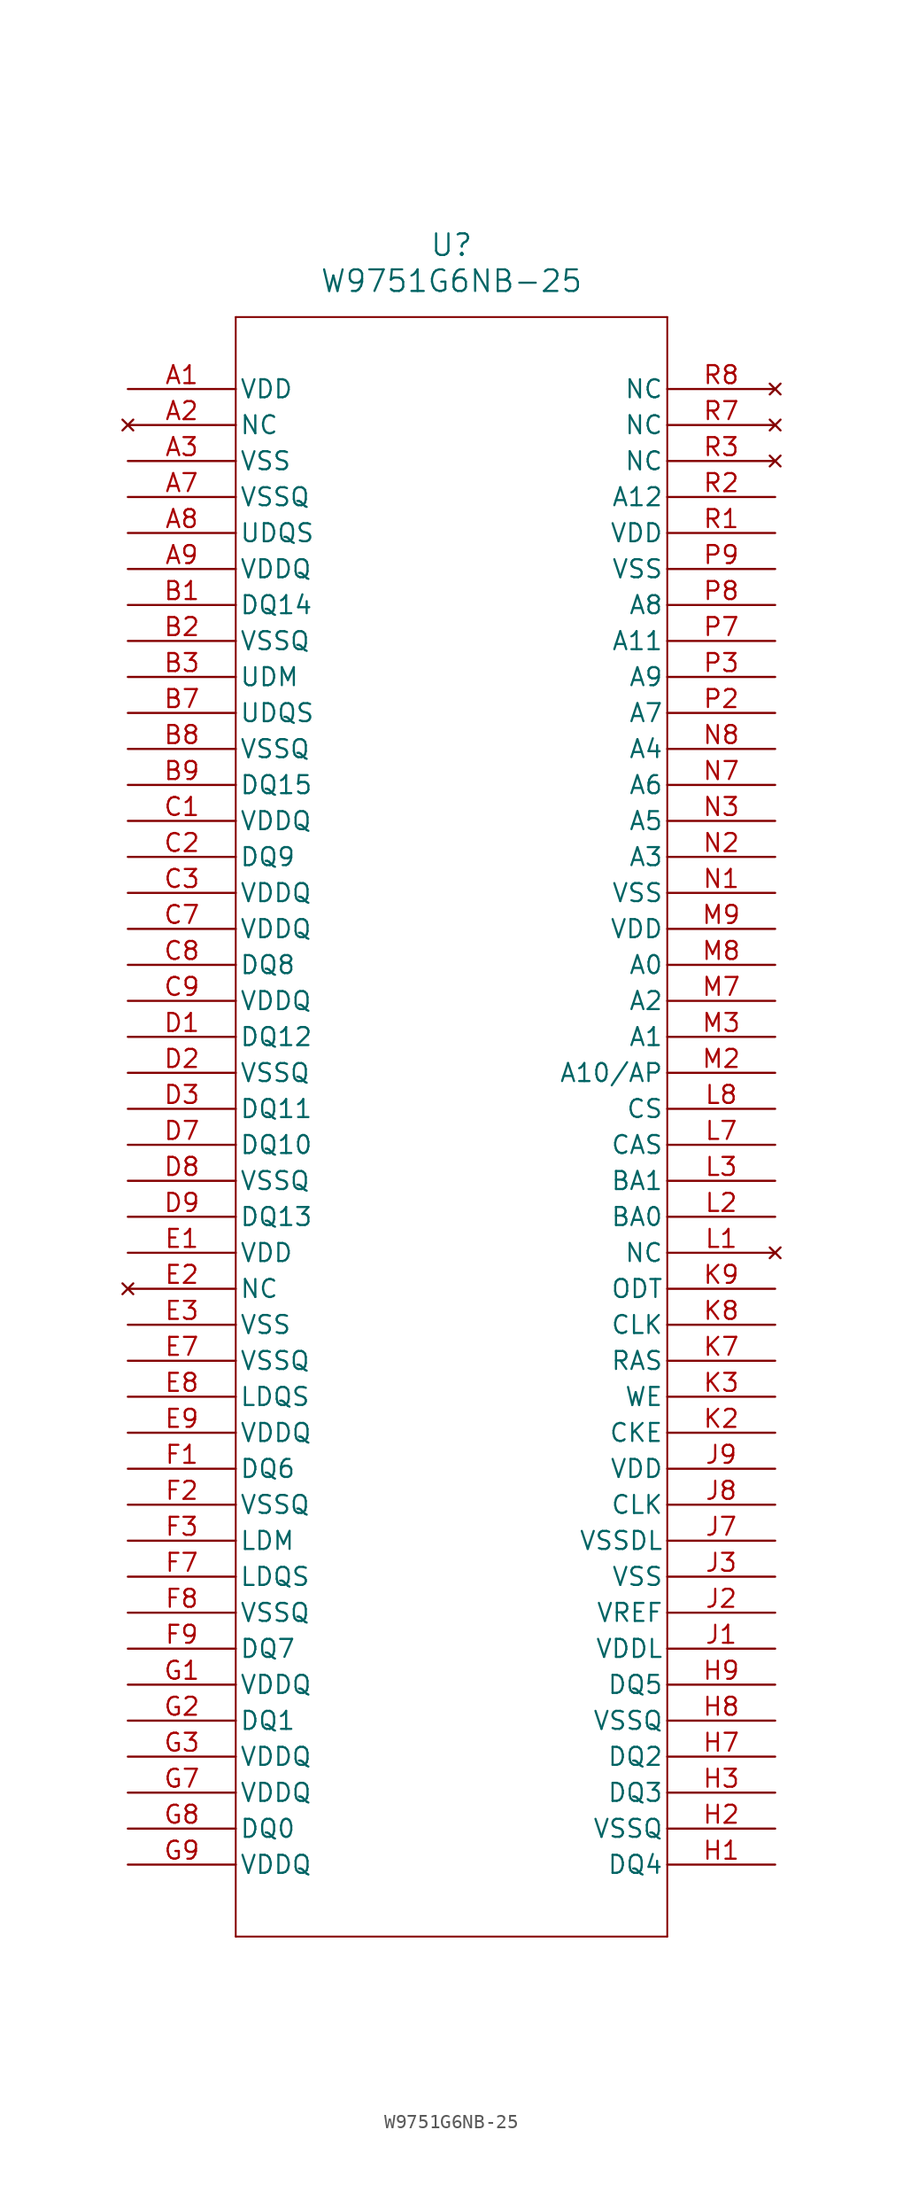
<source format=kicad_sym>
(kicad_symbol_lib
  (version 20211014)
  (generator kicad_symbol_editor)
  (symbol "W9751G6NB-25"
    (pin_names
      (offset 0.254))
    (property "Reference" "U"
      (at 22.86 10.16 0)
      (effects (font (size 1.524 1.524))))
    (property "Value" "W9751G6NB-25"
      (at 22.86 7.62 0)
      (effects (font (size 1.524 1.524))))
    (symbol "W9751G6NB-25_0_1"
      (polyline (pts (xy 7.62 5.08) (xy 7.62 -109.22)) (stroke (width 0.127) (type default) (color 0 0 0 0)) (fill (type none)))
      (polyline (pts (xy 7.62 -109.22) (xy 38.1 -109.22)) (stroke (width 0.127) (type default) (color 0 0 0 0)) (fill (type none)))
      (polyline (pts (xy 38.1 -109.22) (xy 38.1 5.08)) (stroke (width 0.127) (type default) (color 0 0 0 0)) (fill (type none)))
      (polyline (pts (xy 38.1 5.08) (xy 7.62 5.08)) (stroke (width 0.127) (type default) (color 0 0 0 0)) (fill (type none)))
      (pin power_in line (at 0 0 0) (length 7.62) (name "VDD" (effects (font (size 1.27 1.27)))) (number "A1" (effects (font (size 1.27 1.27)))))
      (pin no_connect line (at 0 -2.54 0) (length 7.62) (name "NC" (effects (font (size 1.27 1.27)))) (number "A2" (effects (font (size 1.27 1.27)))))
      (pin power_out line (at 0 -5.08 0) (length 7.62) (name "VSS" (effects (font (size 1.27 1.27)))) (number "A3" (effects (font (size 1.27 1.27)))))
      (pin power_out line (at 0 -7.62 0) (length 7.62) (name "VSSQ" (effects (font (size 1.27 1.27)))) (number "A7" (effects (font (size 1.27 1.27)))))
      (pin unspecified line (at 0 -10.16 0) (length 7.62) (name "UDQS" (effects (font (size 1.27 1.27)))) (number "A8" (effects (font (size 1.27 1.27)))))
      (pin power_in line (at 0 -12.7 0) (length 7.62) (name "VDDQ" (effects (font (size 1.27 1.27)))) (number "A9" (effects (font (size 1.27 1.27)))))
      (pin bidirectional line (at 0 -15.24 0) (length 7.62) (name "DQ14" (effects (font (size 1.27 1.27)))) (number "B1" (effects (font (size 1.27 1.27)))))
      (pin power_out line (at 0 -17.78 0) (length 7.62) (name "VSSQ" (effects (font (size 1.27 1.27)))) (number "B2" (effects (font (size 1.27 1.27)))))
      (pin unspecified line (at 0 -20.32 0) (length 7.62) (name "UDM" (effects (font (size 1.27 1.27)))) (number "B3" (effects (font (size 1.27 1.27)))))
      (pin unspecified line (at 0 -22.86 0) (length 7.62) (name "UDQS" (effects (font (size 1.27 1.27)))) (number "B7" (effects (font (size 1.27 1.27)))))
      (pin power_out line (at 0 -25.4 0) (length 7.62) (name "VSSQ" (effects (font (size 1.27 1.27)))) (number "B8" (effects (font (size 1.27 1.27)))))
      (pin bidirectional line (at 0 -27.94 0) (length 7.62) (name "DQ15" (effects (font (size 1.27 1.27)))) (number "B9" (effects (font (size 1.27 1.27)))))
      (pin power_in line (at 0 -30.48 0) (length 7.62) (name "VDDQ" (effects (font (size 1.27 1.27)))) (number "C1" (effects (font (size 1.27 1.27)))))
      (pin bidirectional line (at 0 -33.02 0) (length 7.62) (name "DQ9" (effects (font (size 1.27 1.27)))) (number "C2" (effects (font (size 1.27 1.27)))))
      (pin power_in line (at 0 -35.56 0) (length 7.62) (name "VDDQ" (effects (font (size 1.27 1.27)))) (number "C3" (effects (font (size 1.27 1.27)))))
      (pin power_in line (at 0 -38.1 0) (length 7.62) (name "VDDQ" (effects (font (size 1.27 1.27)))) (number "C7" (effects (font (size 1.27 1.27)))))
      (pin bidirectional line (at 0 -40.64 0) (length 7.62) (name "DQ8" (effects (font (size 1.27 1.27)))) (number "C8" (effects (font (size 1.27 1.27)))))
      (pin power_in line (at 0 -43.18 0) (length 7.62) (name "VDDQ" (effects (font (size 1.27 1.27)))) (number "C9" (effects (font (size 1.27 1.27)))))
      (pin bidirectional line (at 0 -45.72 0) (length 7.62) (name "DQ12" (effects (font (size 1.27 1.27)))) (number "D1" (effects (font (size 1.27 1.27)))))
      (pin power_out line (at 0 -48.26 0) (length 7.62) (name "VSSQ" (effects (font (size 1.27 1.27)))) (number "D2" (effects (font (size 1.27 1.27)))))
      (pin bidirectional line (at 0 -50.8 0) (length 7.62) (name "DQ11" (effects (font (size 1.27 1.27)))) (number "D3" (effects (font (size 1.27 1.27)))))
      (pin bidirectional line (at 0 -53.34 0) (length 7.62) (name "DQ10" (effects (font (size 1.27 1.27)))) (number "D7" (effects (font (size 1.27 1.27)))))
      (pin power_out line (at 0 -55.88 0) (length 7.62) (name "VSSQ" (effects (font (size 1.27 1.27)))) (number "D8" (effects (font (size 1.27 1.27)))))
      (pin bidirectional line (at 0 -58.42 0) (length 7.62) (name "DQ13" (effects (font (size 1.27 1.27)))) (number "D9" (effects (font (size 1.27 1.27)))))
      (pin power_in line (at 0 -60.96 0) (length 7.62) (name "VDD" (effects (font (size 1.27 1.27)))) (number "E1" (effects (font (size 1.27 1.27)))))
      (pin no_connect line (at 0 -63.5 0) (length 7.62) (name "NC" (effects (font (size 1.27 1.27)))) (number "E2" (effects (font (size 1.27 1.27)))))
      (pin power_out line (at 0 -66.04 0) (length 7.62) (name "VSS" (effects (font (size 1.27 1.27)))) (number "E3" (effects (font (size 1.27 1.27)))))
      (pin power_out line (at 0 -68.58 0) (length 7.62) (name "VSSQ" (effects (font (size 1.27 1.27)))) (number "E7" (effects (font (size 1.27 1.27)))))
      (pin unspecified line (at 0 -71.12 0) (length 7.62) (name "LDQS" (effects (font (size 1.27 1.27)))) (number "E8" (effects (font (size 1.27 1.27)))))
      (pin power_in line (at 0 -73.66 0) (length 7.62) (name "VDDQ" (effects (font (size 1.27 1.27)))) (number "E9" (effects (font (size 1.27 1.27)))))
      (pin bidirectional line (at 0 -76.2 0) (length 7.62) (name "DQ6" (effects (font (size 1.27 1.27)))) (number "F1" (effects (font (size 1.27 1.27)))))
      (pin power_out line (at 0 -78.74 0) (length 7.62) (name "VSSQ" (effects (font (size 1.27 1.27)))) (number "F2" (effects (font (size 1.27 1.27)))))
      (pin unspecified line (at 0 -81.28 0) (length 7.62) (name "LDM" (effects (font (size 1.27 1.27)))) (number "F3" (effects (font (size 1.27 1.27)))))
      (pin unspecified line (at 0 -83.82 0) (length 7.62) (name "LDQS" (effects (font (size 1.27 1.27)))) (number "F7" (effects (font (size 1.27 1.27)))))
      (pin power_out line (at 0 -86.36 0) (length 7.62) (name "VSSQ" (effects (font (size 1.27 1.27)))) (number "F8" (effects (font (size 1.27 1.27)))))
      (pin bidirectional line (at 0 -88.9 0) (length 7.62) (name "DQ7" (effects (font (size 1.27 1.27)))) (number "F9" (effects (font (size 1.27 1.27)))))
      (pin power_in line (at 0 -91.44 0) (length 7.62) (name "VDDQ" (effects (font (size 1.27 1.27)))) (number "G1" (effects (font (size 1.27 1.27)))))
      (pin bidirectional line (at 0 -93.98 0) (length 7.62) (name "DQ1" (effects (font (size 1.27 1.27)))) (number "G2" (effects (font (size 1.27 1.27)))))
      (pin power_in line (at 0 -96.52 0) (length 7.62) (name "VDDQ" (effects (font (size 1.27 1.27)))) (number "G3" (effects (font (size 1.27 1.27)))))
      (pin power_in line (at 0 -99.06 0) (length 7.62) (name "VDDQ" (effects (font (size 1.27 1.27)))) (number "G7" (effects (font (size 1.27 1.27)))))
      (pin bidirectional line (at 0 -101.6 0) (length 7.62) (name "DQ0" (effects (font (size 1.27 1.27)))) (number "G8" (effects (font (size 1.27 1.27)))))
      (pin power_in line (at 0 -104.14 0) (length 7.62) (name "VDDQ" (effects (font (size 1.27 1.27)))) (number "G9" (effects (font (size 1.27 1.27)))))
      (pin bidirectional line (at 45.72 -104.14 180) (length 7.62) (name "DQ4" (effects (font (size 1.27 1.27)))) (number "H1" (effects (font (size 1.27 1.27)))))
      (pin power_out line (at 45.72 -101.6 180) (length 7.62) (name "VSSQ" (effects (font (size 1.27 1.27)))) (number "H2" (effects (font (size 1.27 1.27)))))
      (pin bidirectional line (at 45.72 -99.06 180) (length 7.62) (name "DQ3" (effects (font (size 1.27 1.27)))) (number "H3" (effects (font (size 1.27 1.27)))))
      (pin bidirectional line (at 45.72 -96.52 180) (length 7.62) (name "DQ2" (effects (font (size 1.27 1.27)))) (number "H7" (effects (font (size 1.27 1.27)))))
      (pin power_out line (at 45.72 -93.98 180) (length 7.62) (name "VSSQ" (effects (font (size 1.27 1.27)))) (number "H8" (effects (font (size 1.27 1.27)))))
      (pin bidirectional line (at 45.72 -91.44 180) (length 7.62) (name "DQ5" (effects (font (size 1.27 1.27)))) (number "H9" (effects (font (size 1.27 1.27)))))
      (pin power_in line (at 45.72 -88.9 180) (length 7.62) (name "VDDL" (effects (font (size 1.27 1.27)))) (number "J1" (effects (font (size 1.27 1.27)))))
      (pin power_in line (at 45.72 -86.36 180) (length 7.62) (name "VREF" (effects (font (size 1.27 1.27)))) (number "J2" (effects (font (size 1.27 1.27)))))
      (pin power_out line (at 45.72 -83.82 180) (length 7.62) (name "VSS" (effects (font (size 1.27 1.27)))) (number "J3" (effects (font (size 1.27 1.27)))))
      (pin power_out line (at 45.72 -81.28 180) (length 7.62) (name "VSSDL" (effects (font (size 1.27 1.27)))) (number "J7" (effects (font (size 1.27 1.27)))))
      (pin unspecified line (at 45.72 -78.74 180) (length 7.62) (name "CLK" (effects (font (size 1.27 1.27)))) (number "J8" (effects (font (size 1.27 1.27)))))
      (pin power_in line (at 45.72 -76.2 180) (length 7.62) (name "VDD" (effects (font (size 1.27 1.27)))) (number "J9" (effects (font (size 1.27 1.27)))))
      (pin unspecified line (at 45.72 -73.66 180) (length 7.62) (name "CKE" (effects (font (size 1.27 1.27)))) (number "K2" (effects (font (size 1.27 1.27)))))
      (pin unspecified line (at 45.72 -71.12 180) (length 7.62) (name "WE" (effects (font (size 1.27 1.27)))) (number "K3" (effects (font (size 1.27 1.27)))))
      (pin unspecified line (at 45.72 -68.58 180) (length 7.62) (name "RAS" (effects (font (size 1.27 1.27)))) (number "K7" (effects (font (size 1.27 1.27)))))
      (pin unspecified line (at 45.72 -66.04 180) (length 7.62) (name "CLK" (effects (font (size 1.27 1.27)))) (number "K8" (effects (font (size 1.27 1.27)))))
      (pin unspecified line (at 45.72 -63.5 180) (length 7.62) (name "ODT" (effects (font (size 1.27 1.27)))) (number "K9" (effects (font (size 1.27 1.27)))))
      (pin no_connect line (at 45.72 -60.96 180) (length 7.62) (name "NC" (effects (font (size 1.27 1.27)))) (number "L1" (effects (font (size 1.27 1.27)))))
      (pin bidirectional line (at 45.72 -58.42 180) (length 7.62) (name "BA0" (effects (font (size 1.27 1.27)))) (number "L2" (effects (font (size 1.27 1.27)))))
      (pin bidirectional line (at 45.72 -55.88 180) (length 7.62) (name "BA1" (effects (font (size 1.27 1.27)))) (number "L3" (effects (font (size 1.27 1.27)))))
      (pin unspecified line (at 45.72 -53.34 180) (length 7.62) (name "CAS" (effects (font (size 1.27 1.27)))) (number "L7" (effects (font (size 1.27 1.27)))))
      (pin unspecified line (at 45.72 -50.8 180) (length 7.62) (name "CS" (effects (font (size 1.27 1.27)))) (number "L8" (effects (font (size 1.27 1.27)))))
      (pin bidirectional line (at 45.72 -48.26 180) (length 7.62) (name "A10/AP" (effects (font (size 1.27 1.27)))) (number "M2" (effects (font (size 1.27 1.27)))))
      (pin bidirectional line (at 45.72 -45.72 180) (length 7.62) (name "A1" (effects (font (size 1.27 1.27)))) (number "M3" (effects (font (size 1.27 1.27)))))
      (pin bidirectional line (at 45.72 -43.18 180) (length 7.62) (name "A2" (effects (font (size 1.27 1.27)))) (number "M7" (effects (font (size 1.27 1.27)))))
      (pin bidirectional line (at 45.72 -40.64 180) (length 7.62) (name "A0" (effects (font (size 1.27 1.27)))) (number "M8" (effects (font (size 1.27 1.27)))))
      (pin power_in line (at 45.72 -38.1 180) (length 7.62) (name "VDD" (effects (font (size 1.27 1.27)))) (number "M9" (effects (font (size 1.27 1.27)))))
      (pin power_out line (at 45.72 -35.56 180) (length 7.62) (name "VSS" (effects (font (size 1.27 1.27)))) (number "N1" (effects (font (size 1.27 1.27)))))
      (pin bidirectional line (at 45.72 -33.02 180) (length 7.62) (name "A3" (effects (font (size 1.27 1.27)))) (number "N2" (effects (font (size 1.27 1.27)))))
      (pin bidirectional line (at 45.72 -30.48 180) (length 7.62) (name "A5" (effects (font (size 1.27 1.27)))) (number "N3" (effects (font (size 1.27 1.27)))))
      (pin bidirectional line (at 45.72 -27.94 180) (length 7.62) (name "A6" (effects (font (size 1.27 1.27)))) (number "N7" (effects (font (size 1.27 1.27)))))
      (pin bidirectional line (at 45.72 -25.4 180) (length 7.62) (name "A4" (effects (font (size 1.27 1.27)))) (number "N8" (effects (font (size 1.27 1.27)))))
      (pin bidirectional line (at 45.72 -22.86 180) (length 7.62) (name "A7" (effects (font (size 1.27 1.27)))) (number "P2" (effects (font (size 1.27 1.27)))))
      (pin bidirectional line (at 45.72 -20.32 180) (length 7.62) (name "A9" (effects (font (size 1.27 1.27)))) (number "P3" (effects (font (size 1.27 1.27)))))
      (pin bidirectional line (at 45.72 -17.78 180) (length 7.62) (name "A11" (effects (font (size 1.27 1.27)))) (number "P7" (effects (font (size 1.27 1.27)))))
      (pin bidirectional line (at 45.72 -15.24 180) (length 7.62) (name "A8" (effects (font (size 1.27 1.27)))) (number "P8" (effects (font (size 1.27 1.27)))))
      (pin power_out line (at 45.72 -12.7 180) (length 7.62) (name "VSS" (effects (font (size 1.27 1.27)))) (number "P9" (effects (font (size 1.27 1.27)))))
      (pin power_in line (at 45.72 -10.16 180) (length 7.62) (name "VDD" (effects (font (size 1.27 1.27)))) (number "R1" (effects (font (size 1.27 1.27)))))
      (pin bidirectional line (at 45.72 -7.62 180) (length 7.62) (name "A12" (effects (font (size 1.27 1.27)))) (number "R2" (effects (font (size 1.27 1.27)))))
      (pin no_connect line (at 45.72 -5.08 180) (length 7.62) (name "NC" (effects (font (size 1.27 1.27)))) (number "R3" (effects (font (size 1.27 1.27)))))
      (pin no_connect line (at 45.72 -2.54 180) (length 7.62) (name "NC" (effects (font (size 1.27 1.27)))) (number "R7" (effects (font (size 1.27 1.27)))))
      (pin no_connect line (at 45.72 0 180) (length 7.62) (name "NC" (effects (font (size 1.27 1.27)))) (number "R8" (effects (font (size 1.27 1.27))))))))
</source>
